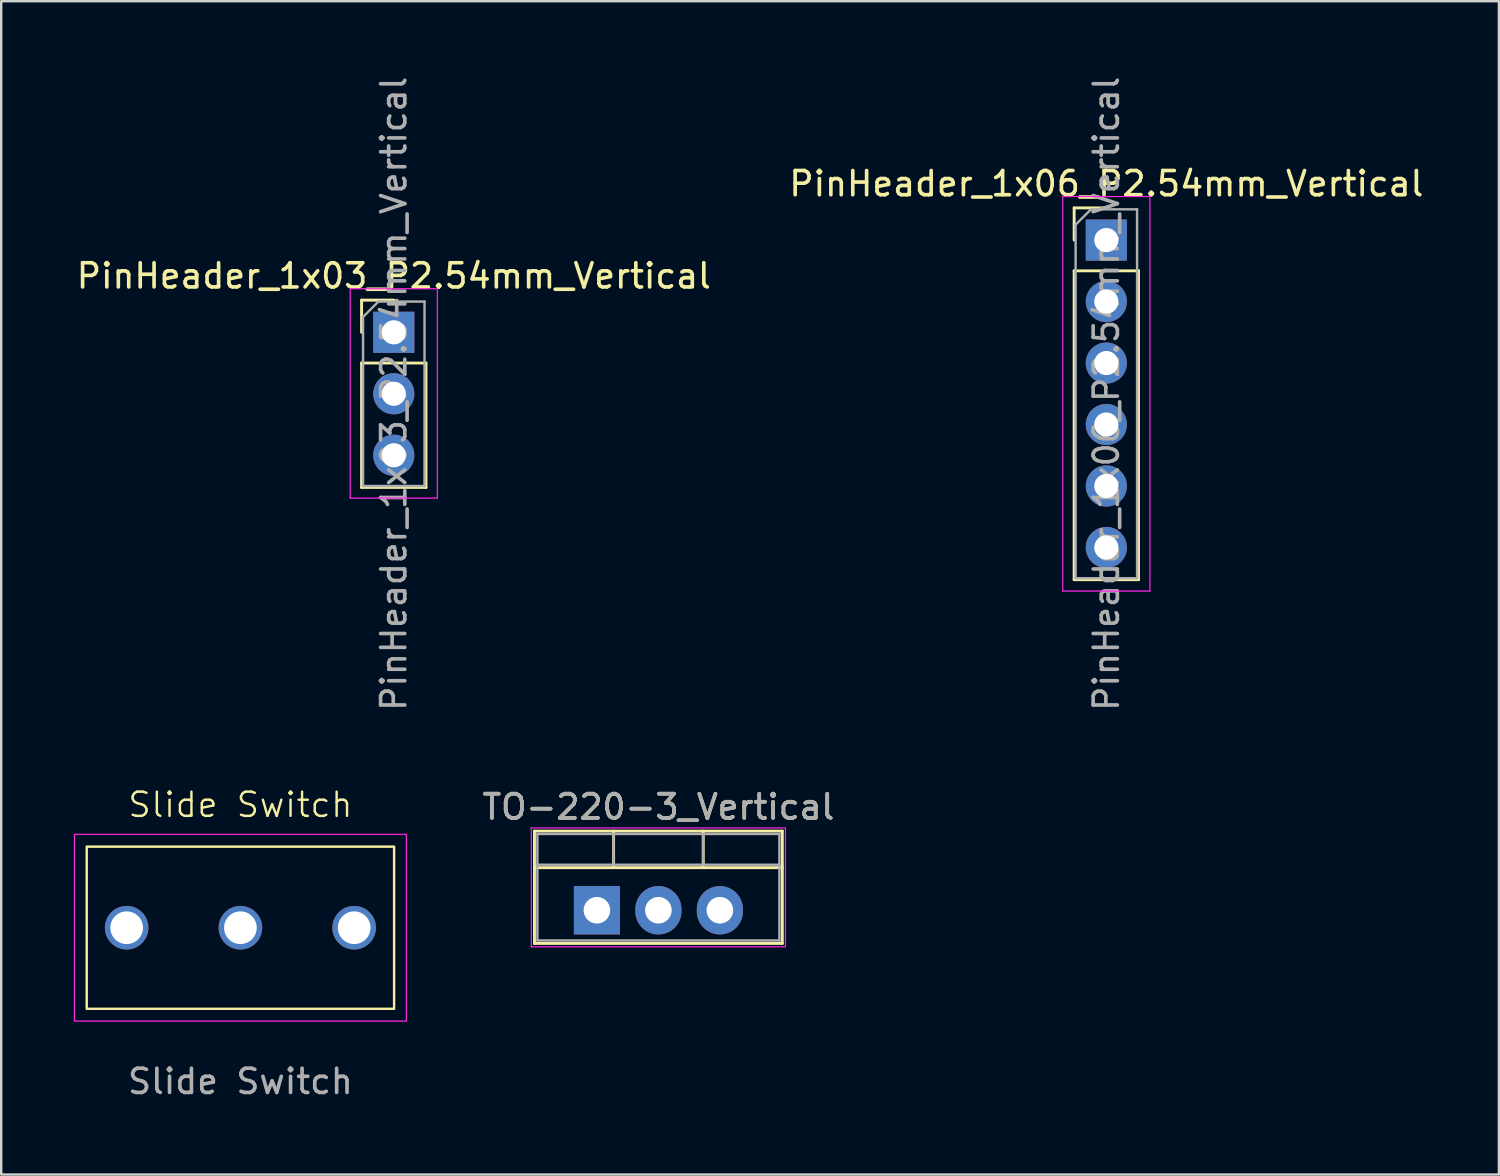
<source format=kicad_pcb>
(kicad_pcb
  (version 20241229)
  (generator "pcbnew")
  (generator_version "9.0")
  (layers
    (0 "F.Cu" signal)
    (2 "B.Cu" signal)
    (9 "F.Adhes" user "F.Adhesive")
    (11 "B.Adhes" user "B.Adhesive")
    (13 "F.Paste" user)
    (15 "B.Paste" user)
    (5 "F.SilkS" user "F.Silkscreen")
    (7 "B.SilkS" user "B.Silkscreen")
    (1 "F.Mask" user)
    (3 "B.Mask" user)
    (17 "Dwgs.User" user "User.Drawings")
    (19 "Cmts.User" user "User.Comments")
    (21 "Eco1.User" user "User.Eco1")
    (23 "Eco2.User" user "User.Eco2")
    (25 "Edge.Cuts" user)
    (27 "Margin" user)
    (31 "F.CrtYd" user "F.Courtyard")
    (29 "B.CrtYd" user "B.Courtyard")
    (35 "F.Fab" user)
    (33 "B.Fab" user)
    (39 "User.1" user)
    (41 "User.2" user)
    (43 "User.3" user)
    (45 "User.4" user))
  (footprint "PinHeader_1x06_P2.54mm_Vertical"
    (layer "F.Cu")
    (at 42.661 6.87)
    (property "Reference" "PinHeader_1x06_P2.54mm_Vertical" (at 0 -2.33 0) (layer "F.SilkS") (effects (font (size 1 1) (thickness 0.15))))
    (attr through_hole)
    (fp_line (start -1.33 -1.33) (end 0 -1.33) (stroke (width 0.12) (type solid)) (layer "F.SilkS"))
    (fp_line (start -1.33 0) (end -1.33 -1.33) (stroke (width 0.12) (type solid)) (layer "F.SilkS"))
    (fp_line (start -1.33 1.27) (end -1.33 14.03) (stroke (width 0.12) (type solid)) (layer "F.SilkS"))
    (fp_line (start -1.33 1.27) (end 1.33 1.27) (stroke (width 0.12) (type solid)) (layer "F.SilkS"))
    (fp_line (start -1.33 14.03) (end 1.33 14.03) (stroke (width 0.12) (type solid)) (layer "F.SilkS"))
    (fp_line (start 1.33 1.27) (end 1.33 14.03) (stroke (width 0.12) (type solid)) (layer "F.SilkS"))
    (fp_line (start -1.8 -1.8) (end -1.8 14.5) (stroke (width 0.05) (type solid)) (layer "F.CrtYd"))
    (fp_line (start -1.8 14.5) (end 1.8 14.5) (stroke (width 0.05) (type solid)) (layer "F.CrtYd"))
    (fp_line (start 1.8 -1.8) (end -1.8 -1.8) (stroke (width 0.05) (type solid)) (layer "F.CrtYd"))
    (fp_line (start 1.8 14.5) (end 1.8 -1.8) (stroke (width 0.05) (type solid)) (layer "F.CrtYd"))
    (fp_line (start -1.27 -0.635) (end -0.635 -1.27) (stroke (width 0.1) (type solid)) (layer "F.Fab"))
    (fp_line (start -1.27 13.97) (end -1.27 -0.635) (stroke (width 0.1) (type solid)) (layer "F.Fab"))
    (fp_line (start -0.635 -1.27) (end 1.27 -1.27) (stroke (width 0.1) (type solid)) (layer "F.Fab"))
    (fp_line (start 1.27 -1.27) (end 1.27 13.97) (stroke (width 0.1) (type solid)) (layer "F.Fab"))
    (fp_line (start 1.27 13.97) (end -1.27 13.97) (stroke (width 0.1) (type solid)) (layer "F.Fab"))
    (fp_text user "${REFERENCE}" (at 0 6.35 90) (layer "F.Fab") (effects (font (size 1 1) (thickness 0.15))))
    (pad "1" thru_hole rect (at 0 0) (size 1.7 1.7) (drill 1) (layers "*.Cu" "*.Mask"))
    (pad "2" thru_hole oval (at 0 2.54) (size 1.7 1.7) (drill 1) (layers "*.Cu" "*.Mask"))
    (pad "3" thru_hole oval (at 0 5.08) (size 1.7 1.7) (drill 1) (layers "*.Cu" "*.Mask"))
    (pad "4" thru_hole oval (at 0 7.62) (size 1.7 1.7) (drill 1) (layers "*.Cu" "*.Mask"))
    (pad "5" thru_hole oval (at 0 10.16) (size 1.7 1.7) (drill 1) (layers "*.Cu" "*.Mask"))
    (pad "6" thru_hole oval (at 0 12.7) (size 1.7 1.7) (drill 1) (layers "*.Cu" "*.Mask")))
  (footprint "PinHeader_1x03_P2.54mm_Vertical"
    (layer "F.Cu")
    (at 13.22 10.68)
    (property "Reference" "PinHeader_1x03_P2.54mm_Vertical" (at 0 -2.33 0) (layer "F.SilkS") (effects (font (size 1 1) (thickness 0.15))))
    (attr through_hole)
    (fp_line (start -1.33 -1.33) (end 0 -1.33) (stroke (width 0.12) (type solid)) (layer "F.SilkS"))
    (fp_line (start -1.33 0) (end -1.33 -1.33) (stroke (width 0.12) (type solid)) (layer "F.SilkS"))
    (fp_line (start -1.33 1.27) (end -1.33 6.41) (stroke (width 0.12) (type solid)) (layer "F.SilkS"))
    (fp_line (start -1.33 1.27) (end 1.33 1.27) (stroke (width 0.12) (type solid)) (layer "F.SilkS"))
    (fp_line (start -1.33 6.41) (end 1.33 6.41) (stroke (width 0.12) (type solid)) (layer "F.SilkS"))
    (fp_line (start 1.33 1.27) (end 1.33 6.41) (stroke (width 0.12) (type solid)) (layer "F.SilkS"))
    (fp_line (start -1.8 -1.8) (end -1.8 6.85) (stroke (width 0.05) (type solid)) (layer "F.CrtYd"))
    (fp_line (start -1.8 6.85) (end 1.8 6.85) (stroke (width 0.05) (type solid)) (layer "F.CrtYd"))
    (fp_line (start 1.8 -1.8) (end -1.8 -1.8) (stroke (width 0.05) (type solid)) (layer "F.CrtYd"))
    (fp_line (start 1.8 6.85) (end 1.8 -1.8) (stroke (width 0.05) (type solid)) (layer "F.CrtYd"))
    (fp_line (start -1.27 -0.635) (end -0.635 -1.27) (stroke (width 0.1) (type solid)) (layer "F.Fab"))
    (fp_line (start -1.27 6.35) (end -1.27 -0.635) (stroke (width 0.1) (type solid)) (layer "F.Fab"))
    (fp_line (start -0.635 -1.27) (end 1.27 -1.27) (stroke (width 0.1) (type solid)) (layer "F.Fab"))
    (fp_line (start 1.27 -1.27) (end 1.27 6.35) (stroke (width 0.1) (type solid)) (layer "F.Fab"))
    (fp_line (start 1.27 6.35) (end -1.27 6.35) (stroke (width 0.1) (type solid)) (layer "F.Fab"))
    (fp_text user "${REFERENCE}" (at 0 2.54 90) (layer "F.Fab") (effects (font (size 1 1) (thickness 0.15))))
    (pad "1" thru_hole rect (at 0 0) (size 1.7 1.7) (drill 1) (layers "*.Cu" "*.Mask"))
    (pad "2" thru_hole oval (at 0 2.54) (size 1.7 1.7) (drill 1) (layers "*.Cu" "*.Mask"))
    (pad "3" thru_hole oval (at 0 5.08) (size 1.7 1.7) (drill 1) (layers "*.Cu" "*.Mask")))
  (footprint "TO-220-3_Vertical"
    (layer "F.Cu")
    (at 21.613 34.559)
    (property "Reference" "TO-220-3_Vertical" (at 2.54 -4.27 0) (layer "F.SilkS") (effects (font (size 1 1) (thickness 0.15))))
    (attr through_hole)
    (fp_line (start -2.58 -3.27) (end -2.58 1.371) (stroke (width 0.12) (type solid)) (layer "F.SilkS"))
    (fp_line (start -2.58 -3.27) (end 7.66 -3.27) (stroke (width 0.12) (type solid)) (layer "F.SilkS"))
    (fp_line (start -2.58 -1.76) (end 7.66 -1.76) (stroke (width 0.12) (type solid)) (layer "F.SilkS"))
    (fp_line (start -2.58 1.371) (end 7.66 1.371) (stroke (width 0.12) (type solid)) (layer "F.SilkS"))
    (fp_line (start 0.69 -3.27) (end 0.69 -1.76) (stroke (width 0.12) (type solid)) (layer "F.SilkS"))
    (fp_line (start 4.391 -3.27) (end 4.391 -1.76) (stroke (width 0.12) (type solid)) (layer "F.SilkS"))
    (fp_line (start 7.66 -3.27) (end 7.66 1.371) (stroke (width 0.12) (type solid)) (layer "F.SilkS"))
    (fp_line (start -2.71 -3.4) (end -2.71 1.51) (stroke (width 0.05) (type solid)) (layer "F.CrtYd"))
    (fp_line (start -2.71 1.51) (end 7.79 1.51) (stroke (width 0.05) (type solid)) (layer "F.CrtYd"))
    (fp_line (start 7.79 -3.4) (end -2.71 -3.4) (stroke (width 0.05) (type solid)) (layer "F.CrtYd"))
    (fp_line (start 7.79 1.51) (end 7.79 -3.4) (stroke (width 0.05) (type solid)) (layer "F.CrtYd"))
    (fp_line (start -2.46 -3.15) (end -2.46 1.25) (stroke (width 0.1) (type solid)) (layer "F.Fab"))
    (fp_line (start -2.46 -1.88) (end 7.54 -1.88) (stroke (width 0.1) (type solid)) (layer "F.Fab"))
    (fp_line (start -2.46 1.25) (end 7.54 1.25) (stroke (width 0.1) (type solid)) (layer "F.Fab"))
    (fp_line (start 0.69 -3.15) (end 0.69 -1.88) (stroke (width 0.1) (type solid)) (layer "F.Fab"))
    (fp_line (start 4.39 -3.15) (end 4.39 -1.88) (stroke (width 0.1) (type solid)) (layer "F.Fab"))
    (fp_line (start 7.54 -3.15) (end -2.46 -3.15) (stroke (width 0.1) (type solid)) (layer "F.Fab"))
    (fp_line (start 7.54 1.25) (end 7.54 -3.15) (stroke (width 0.1) (type solid)) (layer "F.Fab"))
    (fp_text user "${REFERENCE}" (at 2.54 -4.27 0) (layer "F.Fab") (effects (font (size 1 1) (thickness 0.15))))
    (pad "1" thru_hole rect (at 0 0) (size 1.905 2) (drill 1.1) (layers "*.Cu" "*.Mask"))
    (pad "2" thru_hole oval (at 2.54 0) (size 1.905 2) (drill 1.1) (layers "*.Cu" "*.Mask"))
    (pad "3" thru_hole oval (at 5.08 0) (size 1.905 2) (drill 1.1) (layers "*.Cu" "*.Mask")))
  (footprint "Slide Switch"
    (layer "F.Cu")
    (at 6.883 35.281)
    (property "Reference" "Slide Switch" (at 0 -5.08 0) (unlocked yes) (layer "F.SilkS") (effects (font (size 1 1) (thickness 0.1))))
    (attr through_hole)
    (fp_rect (start -6.35 -3.35) (end 6.35 3.35) (stroke (width 0.1) (type default)) (fill no) (layer "F.SilkS"))
    (fp_rect (start -6.858 -3.858) (end 6.858 3.858) (stroke (width 0.05) (type default)) (fill no) (layer "F.CrtYd"))
    (fp_text user "${REFERENCE}" (at 0 6.35 0) (unlocked yes) (layer "F.Fab") (effects (font (size 1 1) (thickness 0.15))))
    (pad "1" thru_hole circle (at -4.7 0) (size 1.8 1.8) (drill 1.35) (layers "*.Cu" "*.Mask"))
    (pad "2" thru_hole circle (at 0 0) (size 1.8 1.8) (drill 1.35) (layers "*.Cu" "*.Mask"))
    (pad "3" thru_hole circle (at 4.7 0) (size 1.8 1.8) (drill 1.35) (layers "*.Cu" "*.Mask")))
  (gr_rect
    (start -3 -3)
    (end 58.881 45.479)
    (stroke (width 0.1) (type default))
    (fill no)
    (layer "Edge.Cuts")))
</source>
